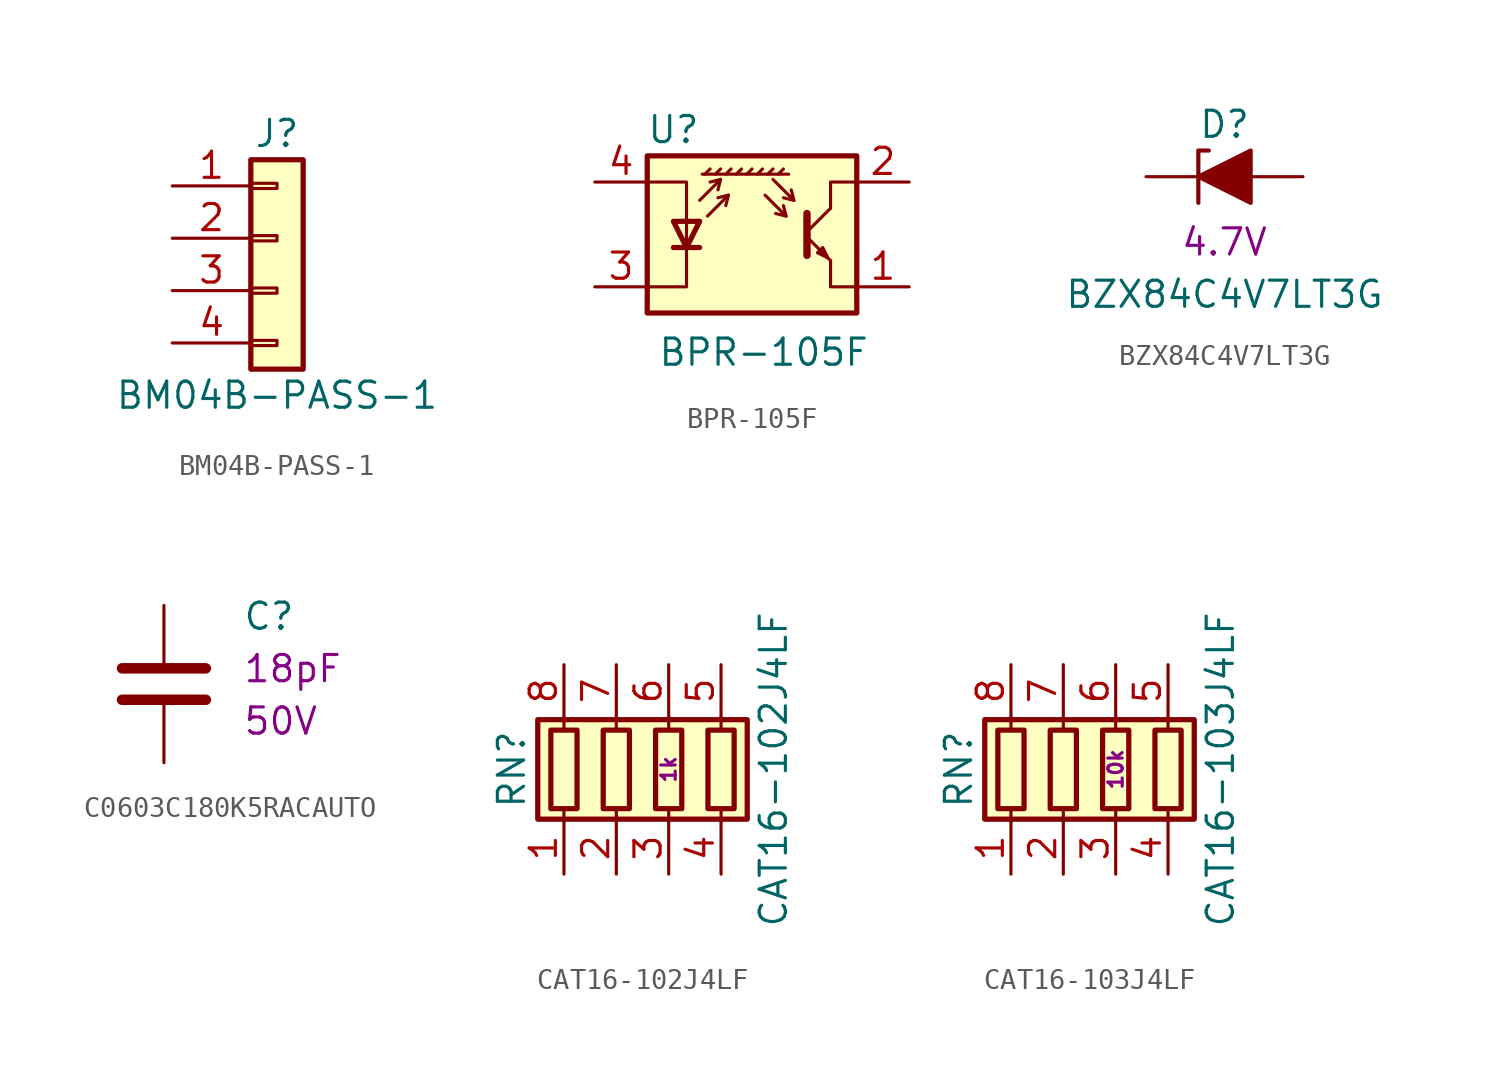
<source format=kicad_sym>
(kicad_symbol_lib
  (version 20210619)
  (generator kicad_symbol_editor)
  (symbol "custom:BM04B-PASS-1"
    (pin_names
      (offset 1.016) hide)
    (property "Reference" "J"
      (at 0 5.08 0)
      (effects (font (size 1.27 1.27))))
    (property "Value" "BM04B-PASS-1"
      (at 0 -7.62 0)
      (effects (font (size 1.27 1.27))))
    (symbol "BM04B-PASS-1_1_1"
      (rectangle (start -1.27 -4.953) (end 0 -5.207) (stroke (width 0.152)) (fill (type none)))
      (rectangle (start -1.27 -2.413) (end 0 -2.667) (stroke (width 0.152)) (fill (type none)))
      (rectangle (start -1.27 0.127) (end 0 -0.127) (stroke (width 0.152)) (fill (type none)))
      (rectangle (start -1.27 2.667) (end 0 2.413) (stroke (width 0.152)) (fill (type none)))
      (rectangle (start -1.27 3.81) (end 1.27 -6.35) (stroke (width 0.254)) (fill (type background)))
      (pin passive line (at -5.08 2.54 0) (length 3.81) (name "Pin_1" (effects (font (size 1.27 1.27)))) (number "1" (effects (font (size 1.27 1.27)))))
      (pin passive line (at -5.08 0 0) (length 3.81) (name "Pin_2" (effects (font (size 1.27 1.27)))) (number "2" (effects (font (size 1.27 1.27)))))
      (pin passive line (at -5.08 -2.54 0) (length 3.81) (name "Pin_3" (effects (font (size 1.27 1.27)))) (number "3" (effects (font (size 1.27 1.27)))))
      (pin passive line (at -5.08 -5.08 0) (length 3.81) (name "Pin_4" (effects (font (size 1.27 1.27)))) (number "4" (effects (font (size 1.27 1.27)))))))
  (symbol "custom:BPR-105F"
    (pin_names
      (offset 0.025) hide)
    (property "Reference" "U"
      (at -3.81 5.08 0)
      (effects (font (size 1.27 1.27))))
    (property "Value" "BPR-105F"
      (at 5.715 -5.715 0)
      (effects (font (size 1.27 1.27)) (justify right)))
    (symbol "BPR-105F_0_1"
      (polyline (pts (xy -3.81 -0.635) (xy -2.54 -0.635)) (stroke (width 0.254)) (fill (type none)))
      (polyline (pts (xy -2.286 2.921) (xy -2.032 3.175)) (stroke (width 0)) (fill (type none)))
      (polyline (pts (xy -1.778 2.921) (xy -1.524 3.175)) (stroke (width 0)) (fill (type none)))
      (polyline (pts (xy -1.524 2.667) (xy -1.651 2.159)) (stroke (width 0)) (fill (type none)))
      (polyline (pts (xy -1.27 2.921) (xy -1.016 3.175)) (stroke (width 0)) (fill (type none)))
      (polyline (pts (xy -1.143 1.905) (xy -1.27 1.397)) (stroke (width 0)) (fill (type none)))
      (polyline (pts (xy -0.762 2.921) (xy -0.508 3.175)) (stroke (width 0)) (fill (type none)))
      (polyline (pts (xy -0.254 2.921) (xy 0 3.175)) (stroke (width 0)) (fill (type none)))
      (polyline (pts (xy 0.254 2.921) (xy 0.508 3.175)) (stroke (width 0)) (fill (type none)))
      (polyline (pts (xy 0.762 2.921) (xy 1.016 3.175)) (stroke (width 0)) (fill (type none)))
      (polyline (pts (xy 1.27 2.921) (xy 1.524 3.175)) (stroke (width 0)) (fill (type none)))
      (polyline (pts (xy 1.651 0.889) (xy 1.143 1.016)) (stroke (width 0)) (fill (type none)))
      (polyline (pts (xy 1.778 2.921) (xy -2.413 2.921)) (stroke (width 0)) (fill (type none)))
      (polyline (pts (xy 2.032 1.651) (xy 1.524 1.778)) (stroke (width 0)) (fill (type none)))
      (polyline (pts (xy 2.667 -0.127) (xy 3.81 -1.27)) (stroke (width 0)) (fill (type none)))
      (polyline (pts (xy 2.667 0.127) (xy 3.81 1.27)) (stroke (width 0)) (fill (type none)))
      (polyline (pts (xy -2.54 1.651) (xy -1.524 2.667) (xy -2.032 2.54)) (stroke (width 0)) (fill (type none)))
      (polyline (pts (xy -2.159 0.889) (xy -1.143 1.905) (xy -1.651 1.778)) (stroke (width 0)) (fill (type none)))
      (polyline (pts (xy 0.635 1.905) (xy 1.651 0.889) (xy 1.524 1.397)) (stroke (width 0)) (fill (type none)))
      (polyline (pts (xy 1.016 2.667) (xy 2.032 1.651) (xy 1.905 2.159)) (stroke (width 0)) (fill (type none)))
      (polyline (pts (xy 2.667 1.016) (xy 2.667 -1.016) (xy 2.667 -1.016)) (stroke (width 0.356)) (fill (type none)))
      (polyline (pts (xy 3.81 -1.27) (xy 3.81 -2.54) (xy 5.08 -2.54)) (stroke (width 0)) (fill (type none)))
      (polyline (pts (xy 3.81 1.27) (xy 3.81 2.54) (xy 5.08 2.54)) (stroke (width 0)) (fill (type none)))
      (polyline (pts (xy -5.08 -2.54) (xy -3.175 -2.54) (xy -3.175 2.54) (xy -5.08 2.54)) (stroke (width 0)) (fill (type none)))
      (polyline (pts (xy -3.175 -0.635) (xy -3.81 0.635) (xy -2.54 0.635) (xy -3.175 -0.635)) (stroke (width 0.254)) (fill (type none)))
      (polyline (pts (xy 3.683 -1.143) (xy 3.429 -0.635) (xy 3.175 -0.889) (xy 3.683 -1.143)) (stroke (width 0)) (fill (type none)))
      (polyline (pts (xy -5.08 -3.81) (xy 5.08 -3.81) (xy 5.08 3.81) (xy -5.08 3.81) (xy -5.08 -3.81)) (stroke (width 0.254)) (fill (type background))))
    (symbol "BPR-105F_1_1"
      (pin open_emitter line (at 7.62 -2.54 180) (length 2.54) (name "E" (effects (font (size 1.27 1.27)))) (number "1" (effects (font (size 1.27 1.27)))))
      (pin open_collector line (at 7.62 2.54 180) (length 2.54) (name "C" (effects (font (size 1.27 1.27)))) (number "2" (effects (font (size 1.27 1.27)))))
      (pin passive line (at -7.62 -2.54 0) (length 2.54) (name "K" (effects (font (size 1.27 1.27)))) (number "3" (effects (font (size 1.27 1.27)))))
      (pin passive line (at -7.62 2.54 0) (length 2.54) (name "A" (effects (font (size 1.27 1.27)))) (number "4" (effects (font (size 1.27 1.27)))))))
  (symbol "custom:BZX84C4V7LT3G"
    (pin_numbers hide)
    (pin_names
      (offset 1.016) hide)
    (property "Reference" "D"
      (at 0 2.54 0)
      (effects (font (size 1.27 1.27))))
    (property "Value" "BZX84C4V7LT3G"
      (at 0 -5.715 0)
      (effects (font (size 1.27 1.27))))
    (property "Rating" "4.7V"
      (at 0 -3.175 0)
      (effects (font (size 1.27 1.27))))
    (symbol "BZX84C4V7LT3G_0_1"
      (polyline (pts (xy 1.27 0) (xy -1.27 0)) (stroke (width 0)) (fill (type none)))
      (polyline (pts (xy -1.27 -1.27) (xy -1.27 1.27) (xy -0.762 1.27)) (stroke (width 0.203)) (fill (type none)))
      (polyline (pts (xy 1.27 -1.27) (xy 1.27 1.27) (xy -1.27 0) (xy 1.27 -1.27)) (stroke (width 0.203)) (fill (type outline))))
    (symbol "BZX84C4V7LT3G_1_1"
      (pin passive line (at 3.81 0 180) (length 2.54) (name "A" (effects (font (size 1.27 1.27)))) (number "1" (effects (font (size 1.27 1.27)))))
      (pin passive line (at -3.81 0 0) (length 2.54) (name "K" (effects (font (size 1.27 1.27)))) (number "3" (effects (font (size 1.27 1.27)))))))
  (symbol "custom:C0603C180K5RACAUTO"
    (pin_numbers hide)
    (pin_names
      (offset 0) hide)
    (property "Reference" "C"
      (at 3.81 2.54 0)
      (effects (font (size 1.27 1.27)) (justify left bottom)))
    (property "Capacitance" "18pF"
      (at 3.81 0 0)
      (effects (font (size 1.27 1.27)) (justify left bottom)))
    (property "Rating" "50V"
      (at 3.81 -2.54 0)
      (effects (font (size 1.27 1.27)) (justify left bottom)))
    (symbol "C0603C180K5RACAUTO_0_1"
      (polyline (pts (xy -2.032 -0.762) (xy 2.032 -0.762)) (stroke (width 0.508)) (fill (type none)))
      (polyline (pts (xy -2.032 0.762) (xy 2.032 0.762)) (stroke (width 0.508)) (fill (type none))))
    (symbol "C0603C180K5RACAUTO_1_1"
      (pin passive line (at 0 3.81 270) (length 2.794) (name "~" (effects (font (size 1.27 1.27)))) (number "1" (effects (font (size 1.27 1.27)))))
      (pin passive line (at 0 -3.81 90) (length 2.794) (name "~" (effects (font (size 1.27 1.27)))) (number "2" (effects (font (size 1.27 1.27)))))))
  (symbol "custom:CAT16-102J4LF"
    (pin_names
      (offset 0) hide)
    (property "Reference" "RN"
      (at -7.62 0 90)
      (effects (font (size 1.27 1.27))))
    (property "Value" "CAT16-102J4LF"
      (at 5.08 0 90)
      (effects (font (size 1.27 1.27))))
    (property "RESISTANCE" "1k"
      (at 0 0 90)
      (effects (font (size 0.7 0.7))))
    (symbol "CAT16-102J4LF_0_1"
      (rectangle (start -5.715 1.905) (end -4.445 -1.905) (stroke (width 0.254)) (fill (type none)))
      (rectangle (start -3.175 1.905) (end -1.905 -1.905) (stroke (width 0.254)) (fill (type none)))
      (rectangle (start -0.635 1.905) (end 0.635 -1.905) (stroke (width 0.254)) (fill (type none)))
      (rectangle (start 1.905 1.905) (end 3.175 -1.905) (stroke (width 0.254)) (fill (type none)))
      (rectangle (start -6.35 -2.413) (end 3.81 2.413) (stroke (width 0.254)) (fill (type background)))
      (polyline (pts (xy -5.08 -2.54) (xy -5.08 -1.905)) (stroke (width 0)) (fill (type none)))
      (polyline (pts (xy -5.08 1.905) (xy -5.08 2.54)) (stroke (width 0)) (fill (type none)))
      (polyline (pts (xy -2.54 -2.54) (xy -2.54 -1.905)) (stroke (width 0)) (fill (type none)))
      (polyline (pts (xy -2.54 1.905) (xy -2.54 2.54)) (stroke (width 0)) (fill (type none)))
      (polyline (pts (xy 0 -2.54) (xy 0 -1.905)) (stroke (width 0)) (fill (type none)))
      (polyline (pts (xy 0 1.905) (xy 0 2.54)) (stroke (width 0)) (fill (type none)))
      (polyline (pts (xy 2.54 -2.54) (xy 2.54 -1.905)) (stroke (width 0)) (fill (type none)))
      (polyline (pts (xy 2.54 1.905) (xy 2.54 2.54)) (stroke (width 0)) (fill (type none))))
    (symbol "CAT16-102J4LF_1_1"
      (pin passive line (at -5.08 -5.08 90) (length 2.54) (name "R1.1" (effects (font (size 1.27 1.27)))) (number "1" (effects (font (size 1.27 1.27)))))
      (pin passive line (at -2.54 -5.08 90) (length 2.54) (name "R2.1" (effects (font (size 1.27 1.27)))) (number "2" (effects (font (size 1.27 1.27)))))
      (pin passive line (at 0 -5.08 90) (length 2.54) (name "R3.1" (effects (font (size 1.27 1.27)))) (number "3" (effects (font (size 1.27 1.27)))))
      (pin passive line (at 2.54 -5.08 90) (length 2.54) (name "R4.1" (effects (font (size 1.27 1.27)))) (number "4" (effects (font (size 1.27 1.27)))))
      (pin passive line (at 2.54 5.08 270) (length 2.54) (name "R4.2" (effects (font (size 1.27 1.27)))) (number "5" (effects (font (size 1.27 1.27)))))
      (pin passive line (at 0 5.08 270) (length 2.54) (name "R3.2" (effects (font (size 1.27 1.27)))) (number "6" (effects (font (size 1.27 1.27)))))
      (pin passive line (at -2.54 5.08 270) (length 2.54) (name "R2.2" (effects (font (size 1.27 1.27)))) (number "7" (effects (font (size 1.27 1.27)))))
      (pin passive line (at -5.08 5.08 270) (length 2.54) (name "R1.2" (effects (font (size 1.27 1.27)))) (number "8" (effects (font (size 1.27 1.27)))))))
  (symbol "custom:CAT16-103J4LF"
    (pin_names
      (offset 0) hide)
    (property "Reference" "RN"
      (at -7.62 0 90)
      (effects (font (size 1.27 1.27))))
    (property "Value" "CAT16-103J4LF"
      (at 5.08 0 90)
      (effects (font (size 1.27 1.27))))
    (property "RESISTANCE" "10k"
      (at 0 0 90)
      (effects (font (size 0.7 0.7))))
    (symbol "CAT16-103J4LF_0_1"
      (rectangle (start -5.715 1.905) (end -4.445 -1.905) (stroke (width 0.254)) (fill (type none)))
      (rectangle (start -3.175 1.905) (end -1.905 -1.905) (stroke (width 0.254)) (fill (type none)))
      (rectangle (start -0.635 1.905) (end 0.635 -1.905) (stroke (width 0.254)) (fill (type none)))
      (rectangle (start 1.905 1.905) (end 3.175 -1.905) (stroke (width 0.254)) (fill (type none)))
      (rectangle (start -6.35 -2.413) (end 3.81 2.413) (stroke (width 0.254)) (fill (type background)))
      (polyline (pts (xy -5.08 -2.54) (xy -5.08 -1.905)) (stroke (width 0)) (fill (type none)))
      (polyline (pts (xy -5.08 1.905) (xy -5.08 2.54)) (stroke (width 0)) (fill (type none)))
      (polyline (pts (xy -2.54 -2.54) (xy -2.54 -1.905)) (stroke (width 0)) (fill (type none)))
      (polyline (pts (xy -2.54 1.905) (xy -2.54 2.54)) (stroke (width 0)) (fill (type none)))
      (polyline (pts (xy 0 -2.54) (xy 0 -1.905)) (stroke (width 0)) (fill (type none)))
      (polyline (pts (xy 0 1.905) (xy 0 2.54)) (stroke (width 0)) (fill (type none)))
      (polyline (pts (xy 2.54 -2.54) (xy 2.54 -1.905)) (stroke (width 0)) (fill (type none)))
      (polyline (pts (xy 2.54 1.905) (xy 2.54 2.54)) (stroke (width 0)) (fill (type none))))
    (symbol "CAT16-103J4LF_1_1"
      (pin passive line (at -5.08 -5.08 90) (length 2.54) (name "R1.1" (effects (font (size 1.27 1.27)))) (number "1" (effects (font (size 1.27 1.27)))))
      (pin passive line (at -2.54 -5.08 90) (length 2.54) (name "R2.1" (effects (font (size 1.27 1.27)))) (number "2" (effects (font (size 1.27 1.27)))))
      (pin passive line (at 0 -5.08 90) (length 2.54) (name "R3.1" (effects (font (size 1.27 1.27)))) (number "3" (effects (font (size 1.27 1.27)))))
      (pin passive line (at 2.54 -5.08 90) (length 2.54) (name "R4.1" (effects (font (size 1.27 1.27)))) (number "4" (effects (font (size 1.27 1.27)))))
      (pin passive line (at 2.54 5.08 270) (length 2.54) (name "R4.2" (effects (font (size 1.27 1.27)))) (number "5" (effects (font (size 1.27 1.27)))))
      (pin passive line (at 0 5.08 270) (length 2.54) (name "R3.2" (effects (font (size 1.27 1.27)))) (number "6" (effects (font (size 1.27 1.27)))))
      (pin passive line (at -2.54 5.08 270) (length 2.54) (name "R2.2" (effects (font (size 1.27 1.27)))) (number "7" (effects (font (size 1.27 1.27)))))
      (pin passive line (at -5.08 5.08 270) (length 2.54) (name "R1.2" (effects (font (size 1.27 1.27)))) (number "8" (effects (font (size 1.27 1.27))))))))
</source>
